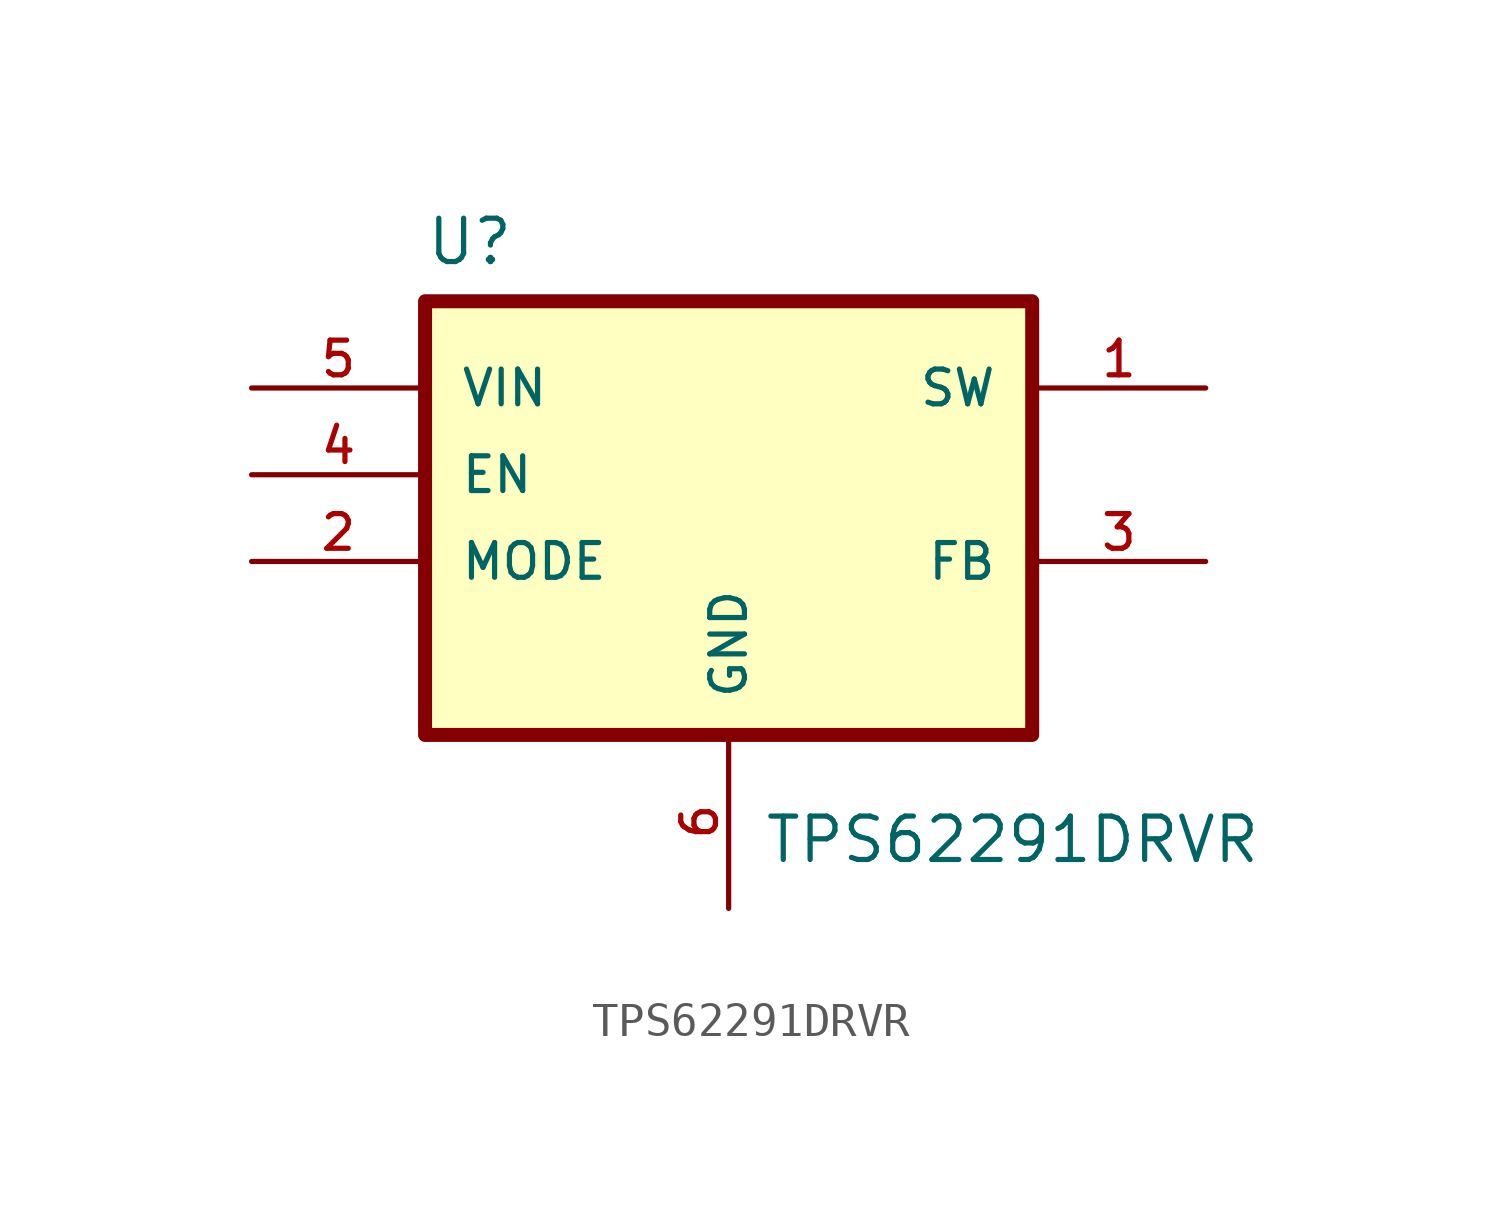
<source format=kicad_sym>
(kicad_symbol_lib
  (version 20231120)
  (generator "kicad_symbol_editor")
  (generator_version "8.0")
  (symbol "TPS62291DRVR"
    (pin_names
      (offset 1.016))
    (property "Reference" "U"
      (at -8.89 7.35 0)
      (effects (font (size 1.27 1.27)) (justify left bottom)))
    (property "Value" "TPS62291DRVR"
      (at 1.016 -10.16 0)
      (effects (font (size 1.27 1.27)) (justify left bottom)))
    (symbol "TPS62291DRVR_0_0"
      (rectangle (start -8.89 6.35) (end 8.89 -6.35) (stroke (width 0.41) (type default)) (fill (type background)))
      (pin output line (at 13.97 3.81 180) (length 5.08) (name "SW" (effects (font (size 1.016 1.016)))) (number "1" (effects (font (size 1.016 1.016)))))
      (pin input line (at -13.97 -1.27 0) (length 5.08) (name "MODE" (effects (font (size 1.016 1.016)))) (number "2" (effects (font (size 1.016 1.016)))))
      (pin input line (at 13.97 -1.27 180) (length 5.08) (name "FB" (effects (font (size 1.016 1.016)))) (number "3" (effects (font (size 1.016 1.016)))))
      (pin input line (at -13.97 1.27 0) (length 5.08) (name "EN" (effects (font (size 1.016 1.016)))) (number "4" (effects (font (size 1.016 1.016)))))
      (pin input line (at -13.97 3.81 0) (length 5.08) (name "VIN" (effects (font (size 1.016 1.016)))) (number "5" (effects (font (size 1.016 1.016)))))
      (pin power_in line (at 0 -11.43 90) (length 5.08) (name "GND" (effects (font (size 1.016 1.016)))) (number "6" (effects (font (size 1.016 1.016))))))
    (symbol "TPS62291DRVR_1_0"
      (pin power_out line (at 0 -11.43 90) (length 5.08) hide (name "GND" (effects (font (size 1.016 1.016)))) (number "7" (effects (font (size 1.016 1.016))))))))
</source>
